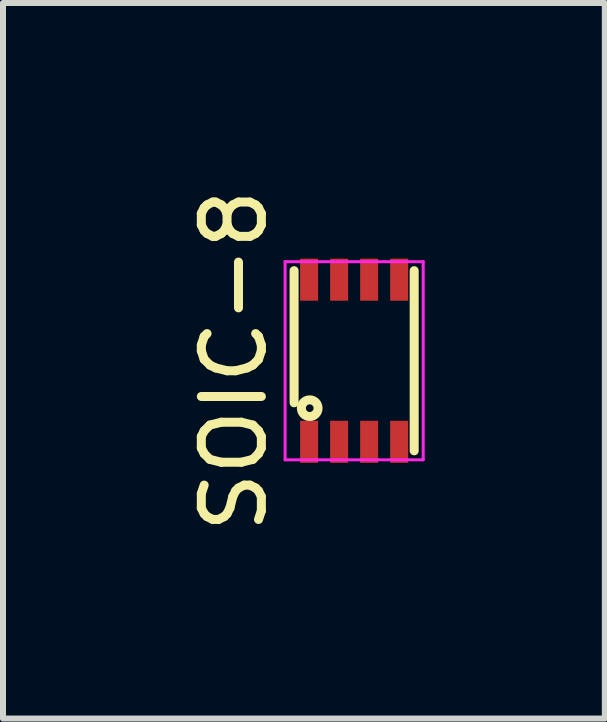
<source format=kicad_pcb>
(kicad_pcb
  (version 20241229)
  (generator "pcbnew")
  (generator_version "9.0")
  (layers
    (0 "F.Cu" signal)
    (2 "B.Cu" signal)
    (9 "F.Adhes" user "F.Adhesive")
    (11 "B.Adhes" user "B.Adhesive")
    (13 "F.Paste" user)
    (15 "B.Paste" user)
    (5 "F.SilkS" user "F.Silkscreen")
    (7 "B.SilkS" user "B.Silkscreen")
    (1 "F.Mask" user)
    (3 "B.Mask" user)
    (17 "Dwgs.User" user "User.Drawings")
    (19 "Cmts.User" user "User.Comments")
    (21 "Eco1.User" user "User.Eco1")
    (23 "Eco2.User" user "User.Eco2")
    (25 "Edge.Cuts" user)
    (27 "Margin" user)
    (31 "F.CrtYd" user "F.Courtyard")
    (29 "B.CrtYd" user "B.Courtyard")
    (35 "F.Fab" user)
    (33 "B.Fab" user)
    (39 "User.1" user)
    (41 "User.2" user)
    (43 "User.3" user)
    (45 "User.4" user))
  (footprint "SOIC-8"
    (layer "F.Cu")
    (at 2.848 2.958)
    (property "Reference" "SOIC-8" (at -2 0 90) (layer "F.SilkS") (effects (font (size 1 1) (thickness 0.15))))
    (attr smd)
    (fp_line (start -1 0.7) (end -1 -1.5) (stroke (width 0.15) (type solid)) (layer "F.SilkS"))
    (fp_line (start 1 -1.5) (end 1 1.5) (stroke (width 0.15) (type solid)) (layer "F.SilkS"))
    (fp_circle (center -0.74 0.79) (end -0.69 0.83) (stroke (width 0.15) (type solid)) (fill no) (layer "F.SilkS"))
    (fp_line (start -1.15 -1.65) (end 1.15 -1.65) (stroke (width 0.05) (type solid)) (layer "F.CrtYd"))
    (fp_line (start -1.15 1.65) (end -1.15 -1.65) (stroke (width 0.05) (type solid)) (layer "F.CrtYd"))
    (fp_line (start 1.15 -1.65) (end 1.15 1.65) (stroke (width 0.05) (type solid)) (layer "F.CrtYd"))
    (fp_line (start 1.15 1.65) (end -1.15 1.65) (stroke (width 0.05) (type solid)) (layer "F.CrtYd"))
    (pad "1" smd rect (at -0.75 1.35) (size 0.3 0.7) (layers "F.Cu" "F.Mask" "F.Paste"))
    (pad "2" smd rect (at -0.25 1.35) (size 0.3 0.7) (layers "F.Cu" "F.Mask" "F.Paste"))
    (pad "3" smd rect (at 0.25 1.35) (size 0.3 0.7) (layers "F.Cu" "F.Mask" "F.Paste"))
    (pad "4" smd rect (at 0.75 1.35) (size 0.3 0.7) (layers "F.Cu" "F.Mask" "F.Paste"))
    (pad "5" smd rect (at 0.75 -1.35) (size 0.3 0.7) (layers "F.Cu" "F.Mask" "F.Paste"))
    (pad "6" smd rect (at 0.25 -1.35) (size 0.3 0.7) (layers "F.Cu" "F.Mask" "F.Paste"))
    (pad "7" smd rect (at -0.25 -1.35) (size 0.3 0.7) (layers "F.Cu" "F.Mask" "F.Paste"))
    (pad "8" smd rect (at -0.75 -1.35) (size 0.3 0.7) (layers "F.Cu" "F.Mask" "F.Paste")))
  (gr_rect
    (start -3 -3)
    (end 7.023 8.917)
    (stroke (width 0.1) (type default))
    (fill no)
    (layer "Edge.Cuts")))
</source>
